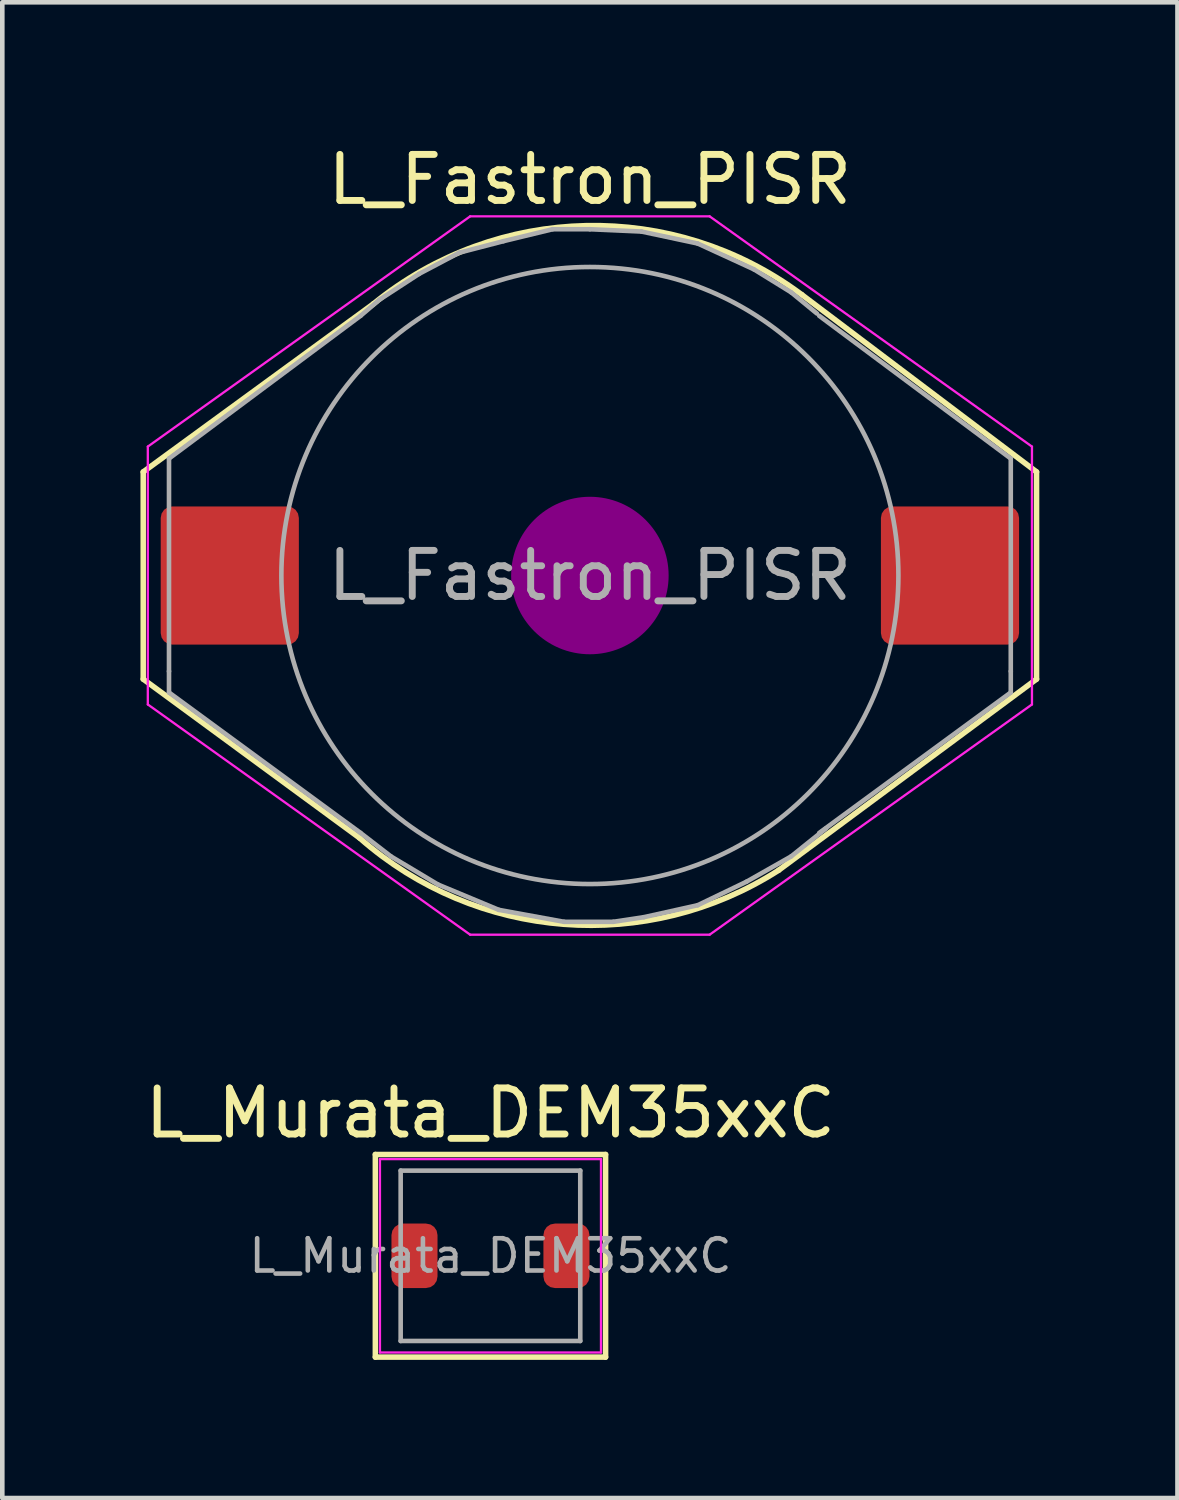
<source format=kicad_pcb>
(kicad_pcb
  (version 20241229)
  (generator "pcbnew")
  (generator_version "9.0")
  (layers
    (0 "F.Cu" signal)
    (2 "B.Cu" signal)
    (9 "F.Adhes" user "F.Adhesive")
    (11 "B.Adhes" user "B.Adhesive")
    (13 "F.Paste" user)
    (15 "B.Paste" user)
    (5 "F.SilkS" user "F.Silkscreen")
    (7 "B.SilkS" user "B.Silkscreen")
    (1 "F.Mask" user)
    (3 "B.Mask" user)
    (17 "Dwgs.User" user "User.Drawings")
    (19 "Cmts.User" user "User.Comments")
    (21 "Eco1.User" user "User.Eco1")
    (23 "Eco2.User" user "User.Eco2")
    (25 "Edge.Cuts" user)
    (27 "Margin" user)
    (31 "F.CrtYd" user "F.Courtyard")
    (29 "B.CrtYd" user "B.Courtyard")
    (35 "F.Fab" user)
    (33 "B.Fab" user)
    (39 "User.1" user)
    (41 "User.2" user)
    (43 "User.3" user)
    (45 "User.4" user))
  (footprint "L_Murata_DEM35xxC"
    (layer "F.Cu")
    (at 7.601 24.221)
    (property "Reference" "L_Murata_DEM35xxC" (at 0 -3.1 0) (layer "F.SilkS") (effects (font (size 1 1) (thickness 0.15))))
    (attr smd)
    (fp_line (start -2.5 -2.2) (end -2.5 2.2) (stroke (width 0.12) (type solid)) (layer "F.SilkS"))
    (fp_line (start -2.5 2.2) (end 2.5 2.2) (stroke (width 0.12) (type solid)) (layer "F.SilkS"))
    (fp_line (start 2.5 -2.2) (end -2.5 -2.2) (stroke (width 0.12) (type solid)) (layer "F.SilkS"))
    (fp_line (start 2.5 2.2) (end 2.5 -2.2) (stroke (width 0.12) (type solid)) (layer "F.SilkS"))
    (fp_line (start -2.4 -2.1) (end -2.4 2.1) (stroke (width 0.05) (type solid)) (layer "F.CrtYd"))
    (fp_line (start -2.4 2.1) (end 2.4 2.1) (stroke (width 0.05) (type solid)) (layer "F.CrtYd"))
    (fp_line (start 2.4 -2.1) (end -2.4 -2.1) (stroke (width 0.05) (type solid)) (layer "F.CrtYd"))
    (fp_line (start 2.4 2.1) (end 2.4 -2.1) (stroke (width 0.05) (type solid)) (layer "F.CrtYd"))
    (fp_line (start -1.95 -1.85) (end 1.95 -1.85) (stroke (width 0.1) (type solid)) (layer "F.Fab"))
    (fp_line (start -1.95 1.85) (end -1.95 -1.85) (stroke (width 0.1) (type solid)) (layer "F.Fab"))
    (fp_line (start 1.95 -1.85) (end 1.95 1.85) (stroke (width 0.1) (type solid)) (layer "F.Fab"))
    (fp_line (start 1.95 1.85) (end -1.95 1.85) (stroke (width 0.1) (type solid)) (layer "F.Fab"))
    (fp_text user "${REFERENCE}" (at 0 0 0) (layer "F.Fab") (effects (font (size 0.7 0.7) (thickness 0.1))))
    (pad "1" smd roundrect (at -1.65 0) (size 1 1.4) (layers "F.Cu" "F.Mask" "F.Paste") (roundrect_rratio 0.25))
    (pad "2" smd roundrect (at 1.65 0) (size 1 1.4) (layers "F.Cu" "F.Mask" "F.Paste") (roundrect_rratio 0.25)))
  (footprint "L_Fastron_PISR"
    (layer "F.Cu")
    (at 9.76 9.448)
    (property "Reference" "L_Fastron_PISR" (at 0 -8.6 0) (layer "F.SilkS") (effects (font (size 1 1) (thickness 0.15))))
    (attr smd)
    (fp_line (start -9.7 -2.25) (end -9.7 2.25) (stroke (width 0.12) (type solid)) (layer "F.SilkS"))
    (fp_line (start -9.7 -2.25) (end -4.7 -5.9) (stroke (width 0.12) (type solid)) (layer "F.SilkS"))
    (fp_line (start -5 5.7) (end -9.7 2.25) (stroke (width 0.12) (type solid)) (layer "F.SilkS"))
    (fp_line (start 4.1 6.4) (end 9.7 2.25) (stroke (width 0.12) (type solid)) (layer "F.SilkS"))
    (fp_line (start 4.6 -6.1) (end 9.7 -2.25) (stroke (width 0.12) (type solid)) (layer "F.SilkS"))
    (fp_line (start 9.7 -2.25) (end 9.7 2.25) (stroke (width 0.12) (type solid)) (layer "F.SilkS"))
    (fp_arc (start -4.7 -5.9) (mid -0.084363 -7.597865) (end 4.6 -6.1) (stroke (width 0.12) (type solid)) (layer "F.SilkS"))
    (fp_arc (start 4.1 6.4) (mid -0.567222 7.573885) (end -5 5.7) (stroke (width 0.12) (type solid)) (layer "F.SilkS"))
    (fp_line (start 0 -0.25) (end 0 0.25) (stroke (width 0.38) (type solid)) (layer "F.Adhes"))
    (fp_circle (center 0 0) (end 0 0.25) (stroke (width 0.38) (type solid)) (fill no) (layer "F.Adhes"))
    (fp_circle (center 0 0) (end 0 0.51) (stroke (width 0.38) (type solid)) (fill no) (layer "F.Adhes"))
    (fp_circle (center 0 0) (end 0 0.76) (stroke (width 0.38) (type solid)) (fill no) (layer "F.Adhes"))
    (fp_circle (center 0 0) (end 0 1.02) (stroke (width 0.38) (type solid)) (fill no) (layer "F.Adhes"))
    (fp_circle (center 0 0) (end 0 1.27) (stroke (width 0.38) (type solid)) (fill no) (layer "F.Adhes"))
    (fp_circle (center 0 0) (end 0 1.52) (stroke (width 0.38) (type solid)) (fill no) (layer "F.Adhes"))
    (fp_line (start -9.6 -2.8) (end -2.6 -7.8) (stroke (width 0.05) (type solid)) (layer "F.CrtYd"))
    (fp_line (start -9.6 2.8) (end -9.6 -2.8) (stroke (width 0.05) (type solid)) (layer "F.CrtYd"))
    (fp_line (start -2.6 -7.8) (end 2.6 -7.8) (stroke (width 0.05) (type solid)) (layer "F.CrtYd"))
    (fp_line (start -2.6 7.8) (end -9.6 2.8) (stroke (width 0.05) (type solid)) (layer "F.CrtYd"))
    (fp_line (start 2.6 -7.8) (end 9.6 -2.8) (stroke (width 0.05) (type solid)) (layer "F.CrtYd"))
    (fp_line (start 2.6 7.8) (end -2.6 7.8) (stroke (width 0.05) (type solid)) (layer "F.CrtYd"))
    (fp_line (start 9.6 -2.8) (end 9.6 2.8) (stroke (width 0.05) (type solid)) (layer "F.CrtYd"))
    (fp_line (start 9.6 2.8) (end 2.6 7.8) (stroke (width 0.05) (type solid)) (layer "F.CrtYd"))
    (fp_line (start -9.14 -2.54) (end -4.98 -5.64) (stroke (width 0.1) (type solid)) (layer "F.Fab"))
    (fp_line (start -9.14 2.08) (end -9.14 -2.54) (stroke (width 0.1) (type solid)) (layer "F.Fab"))
    (fp_line (start -9.14 2.08) (end -9.14 2.54) (stroke (width 0.1) (type solid)) (layer "F.Fab"))
    (fp_line (start -9.14 2.54) (end -4.98 5.59) (stroke (width 0.1) (type solid)) (layer "F.Fab"))
    (fp_line (start -4.98 -5.64) (end -4.57 -5.99) (stroke (width 0.1) (type solid)) (layer "F.Fab"))
    (fp_line (start -4.98 5.59) (end -4.32 6.1) (stroke (width 0.1) (type solid)) (layer "F.Fab"))
    (fp_line (start -4.57 -5.99) (end -3.71 -6.55) (stroke (width 0.1) (type solid)) (layer "F.Fab"))
    (fp_line (start -4.32 6.1) (end -3.3 6.71) (stroke (width 0.1) (type solid)) (layer "F.Fab"))
    (fp_line (start -3.71 -6.55) (end -2.84 -7.01) (stroke (width 0.1) (type solid)) (layer "F.Fab"))
    (fp_line (start -3.3 6.71) (end -1.98 7.26) (stroke (width 0.1) (type solid)) (layer "F.Fab"))
    (fp_line (start -2.84 -7.01) (end -1.88 -7.26) (stroke (width 0.1) (type solid)) (layer "F.Fab"))
    (fp_line (start -1.98 7.26) (end -0.56 7.52) (stroke (width 0.1) (type solid)) (layer "F.Fab"))
    (fp_line (start -1.88 -7.26) (end -0.81 -7.52) (stroke (width 0.1) (type solid)) (layer "F.Fab"))
    (fp_line (start -0.81 -7.52) (end 0 -7.52) (stroke (width 0.1) (type solid)) (layer "F.Fab"))
    (fp_line (start -0.56 7.52) (end 0.51 7.52) (stroke (width 0.1) (type solid)) (layer "F.Fab"))
    (fp_line (start 0 -7.52) (end 1.12 -7.47) (stroke (width 0.1) (type solid)) (layer "F.Fab"))
    (fp_line (start 0.51 7.52) (end 1.17 7.42) (stroke (width 0.1) (type solid)) (layer "F.Fab"))
    (fp_line (start 1.12 -7.47) (end 2.34 -7.21) (stroke (width 0.1) (type solid)) (layer "F.Fab"))
    (fp_line (start 1.17 7.42) (end 2.34 7.16) (stroke (width 0.1) (type solid)) (layer "F.Fab"))
    (fp_line (start 2.34 -7.21) (end 3.56 -6.65) (stroke (width 0.1) (type solid)) (layer "F.Fab"))
    (fp_line (start 2.34 7.16) (end 3.4 6.65) (stroke (width 0.1) (type solid)) (layer "F.Fab"))
    (fp_line (start 3.4 6.65) (end 4.37 6.1) (stroke (width 0.1) (type solid)) (layer "F.Fab"))
    (fp_line (start 3.56 -6.65) (end 4.37 -6.15) (stroke (width 0.1) (type solid)) (layer "F.Fab"))
    (fp_line (start 4.37 -6.15) (end 4.93 -5.69) (stroke (width 0.1) (type solid)) (layer "F.Fab"))
    (fp_line (start 4.37 6.1) (end 5.13 5.49) (stroke (width 0.1) (type solid)) (layer "F.Fab"))
    (fp_line (start 9.14 -2.54) (end 4.98 -5.64) (stroke (width 0.1) (type solid)) (layer "F.Fab"))
    (fp_line (start 9.14 2.08) (end 9.14 -2.54) (stroke (width 0.1) (type solid)) (layer "F.Fab"))
    (fp_line (start 9.14 2.08) (end 9.14 2.54) (stroke (width 0.1) (type solid)) (layer "F.Fab"))
    (fp_line (start 9.14 2.54) (end 4.98 5.59) (stroke (width 0.1) (type solid)) (layer "F.Fab"))
    (fp_circle (center 0 0) (end 6.7 0) (stroke (width 0.1) (type solid)) (fill no) (layer "F.Fab"))
    (fp_text user "${REFERENCE}" (at 0 0 0) (layer "F.Fab") (effects (font (size 1 1) (thickness 0.15))))
    (pad "1" smd roundrect (at 7.82 0) (size 3 3) (layers "F.Cu" "F.Mask" "F.Paste") (roundrect_rratio 0.083))
    (pad "2" smd roundrect (at -7.82 0) (size 3 3) (layers "F.Cu" "F.Mask" "F.Paste") (roundrect_rratio 0.083)))
  (gr_rect
    (start -3 -3)
    (end 22.52 29.482)
    (stroke (width 0.1) (type default))
    (fill no)
    (layer "Edge.Cuts")))
</source>
